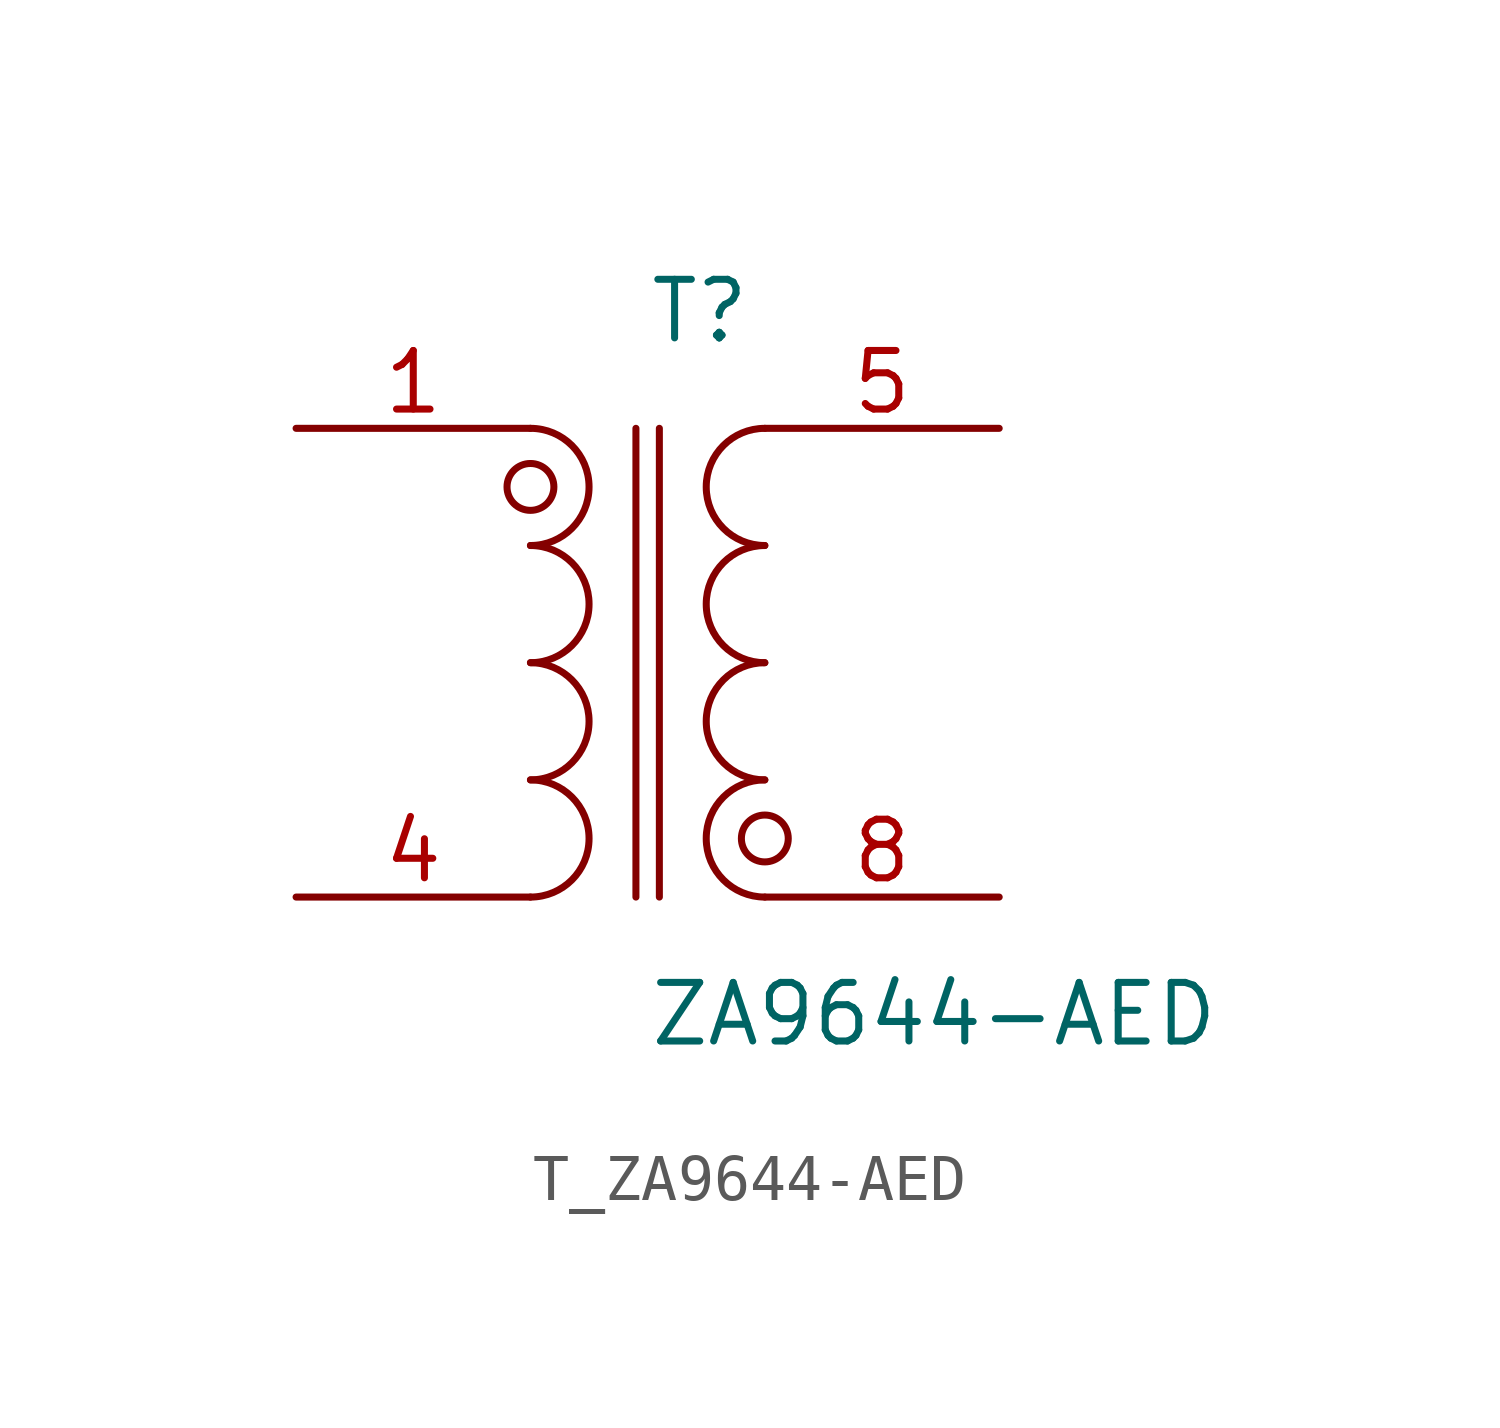
<source format=kicad_sym>
(kicad_symbol_lib
  (version 20231120)
  (generator kicad_symbol_editor)
  (generator_version 8.0)
  (symbol "T_ZA9644-AED"
    (pin_names
      (offset 0.254))
    (property "Reference" "T"
      (at 0 7.62 0)
      (effects (font (size 1.27 1.27)) (justify left)))
    (property "Value" "ZA9644-AED"
      (at 0 -7.62 0)
      (effects (font (size 1.27 1.27)) (justify left)))
    (symbol "T_ZA9644-AED_0_1"
      (arc (start -2.54 -5.08) (mid -1.27 -3.81) (end -2.54 -2.54) (stroke (width 0) (type default)) (fill (type none)))
      (arc (start -2.54 -2.54) (mid -1.27 -1.27) (end -2.54 0.0) (stroke (width 0) (type default)) (fill (type none)))
      (arc (start -2.54 0.0) (mid -1.27 1.27) (end -2.54 2.54) (stroke (width 0) (type default)) (fill (type none)))
      (arc (start -2.54 2.54) (mid -1.27 3.81) (end -2.54 5.08) (stroke (width 0) (type default)) (fill (type none)))
      (arc (start 2.54 -5.08) (mid 1.27 -3.81) (end 2.54 -2.54) (stroke (width 0) (type default)) (fill (type none)))
      (arc (start 2.54 -2.54) (mid 1.27 -1.27) (end 2.54 0.0) (stroke (width 0) (type default)) (fill (type none)))
      (arc (start 2.54 0.0) (mid 1.27 1.27) (end 2.54 2.54) (stroke (width 0) (type default)) (fill (type none)))
      (arc (start 2.54 2.54) (mid 1.27 3.81) (end 2.54 5.08) (stroke (width 0) (type default)) (fill (type none)))
      (circle (center -2.54 3.81) (radius 0.508) (stroke (width 0) (type default)) (fill (type none)))
      (circle (center 2.54 -3.81) (radius 0.508) (stroke (width 0) (type default)) (fill (type none)))
      (polyline (pts (xy -0.254 5.08) (xy -0.254 -5.08)) (stroke (width 0) (type default)) (fill (type none)))
      (polyline (pts (xy 0.254 5.08) (xy 0.254 -5.08)) (stroke (width 0) (type default)) (fill (type none)))
      (pin passive line (at -7.62 5.08 0) (length 5.08) (name "" (effects (font (size 1.27 1.27)))) (number "1" (effects (font (size 1.27 1.27)))))
      (pin no_connect line (at -7.62 2.54 0) (length 2.54) (name "" (effects (font (size 1.27 1.27)))) (number "2" (effects (font (size 1.27 1.27)))) hide)
      (pin no_connect line (at -7.62 -2.54 0) (length 2.54) (name "" (effects (font (size 1.27 1.27)))) (number "3" (effects (font (size 1.27 1.27)))) hide)
      (pin passive line (at -7.62 -5.08 0) (length 5.08) (name "" (effects (font (size 1.27 1.27)))) (number "4" (effects (font (size 1.27 1.27)))))
      (pin passive line (at 7.62 5.08 180) (length 5.08) (name "" (effects (font (size 1.27 1.27)))) (number "5" (effects (font (size 1.27 1.27)))))
      (pin no_connect line (at 7.62 2.54 180) (length 2.54) (name "" (effects (font (size 1.27 1.27)))) (number "6" (effects (font (size 1.27 1.27)))) hide)
      (pin no_connect line (at 7.62 -2.54 180) (length 2.54) (name "" (effects (font (size 1.27 1.27)))) (number "7" (effects (font (size 1.27 1.27)))) hide)
      (pin passive line (at 7.62 -5.08 180) (length 5.08) (name "" (effects (font (size 1.27 1.27)))) (number "8" (effects (font (size 1.27 1.27))))))))
</source>
